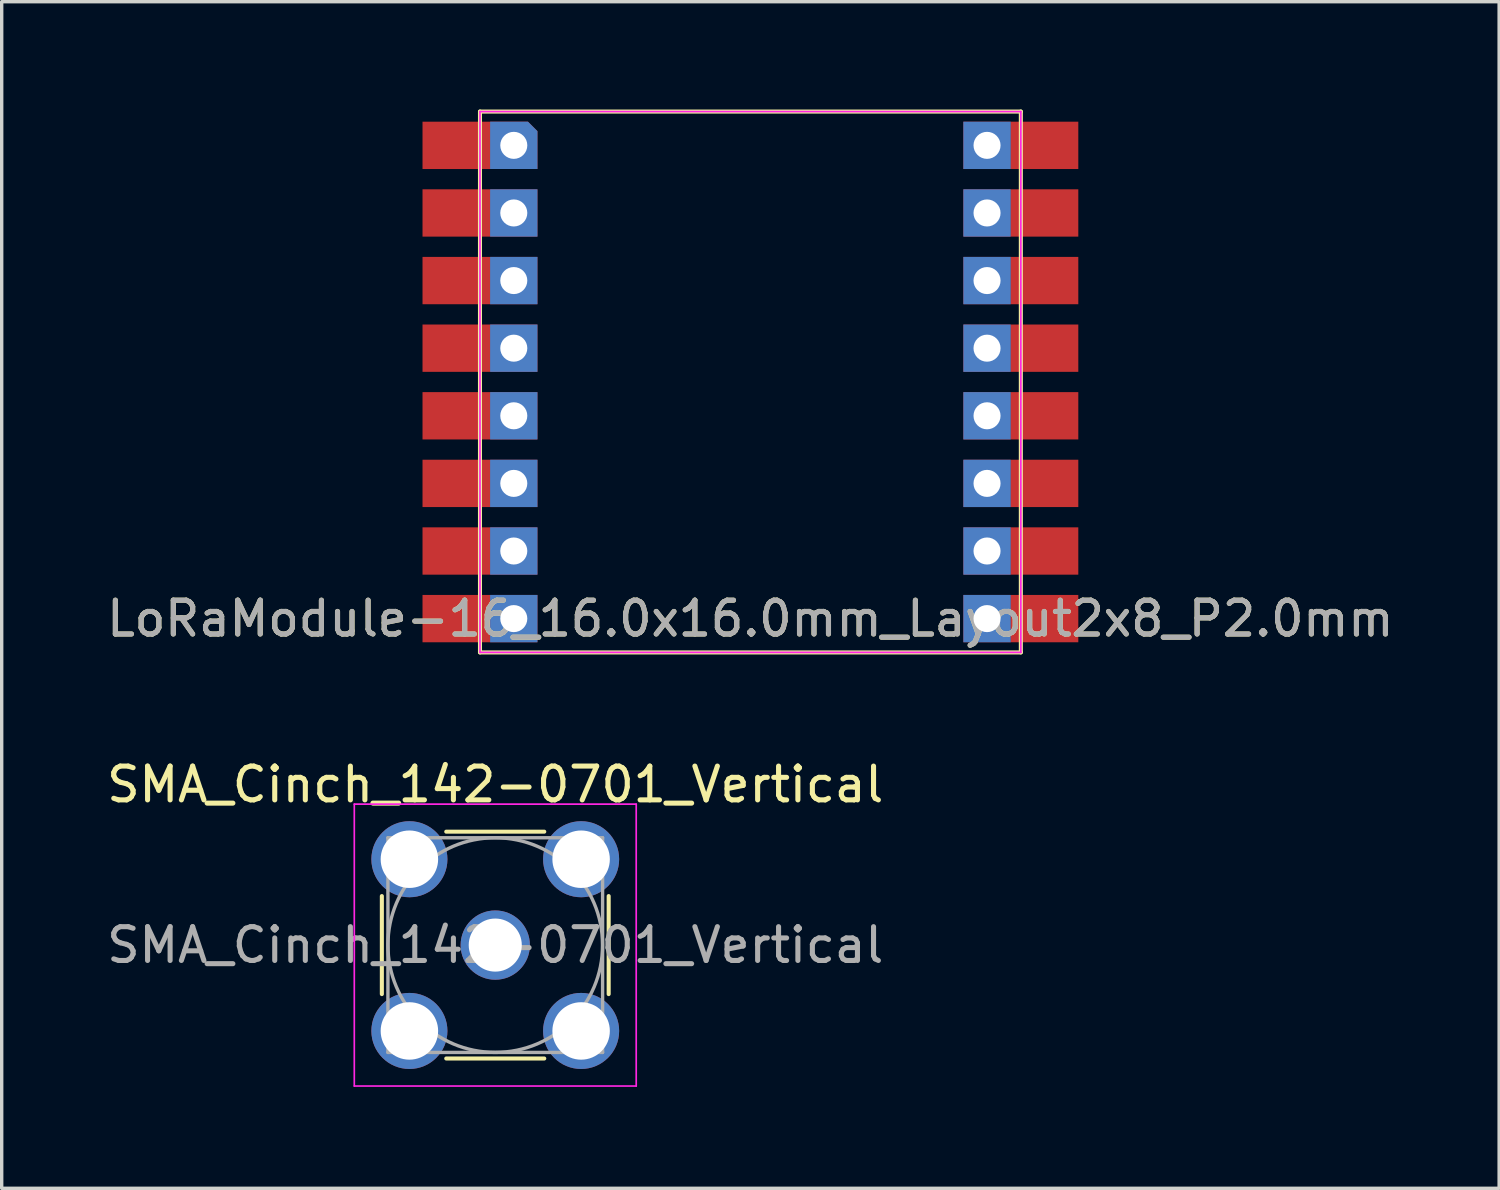
<source format=kicad_pcb>
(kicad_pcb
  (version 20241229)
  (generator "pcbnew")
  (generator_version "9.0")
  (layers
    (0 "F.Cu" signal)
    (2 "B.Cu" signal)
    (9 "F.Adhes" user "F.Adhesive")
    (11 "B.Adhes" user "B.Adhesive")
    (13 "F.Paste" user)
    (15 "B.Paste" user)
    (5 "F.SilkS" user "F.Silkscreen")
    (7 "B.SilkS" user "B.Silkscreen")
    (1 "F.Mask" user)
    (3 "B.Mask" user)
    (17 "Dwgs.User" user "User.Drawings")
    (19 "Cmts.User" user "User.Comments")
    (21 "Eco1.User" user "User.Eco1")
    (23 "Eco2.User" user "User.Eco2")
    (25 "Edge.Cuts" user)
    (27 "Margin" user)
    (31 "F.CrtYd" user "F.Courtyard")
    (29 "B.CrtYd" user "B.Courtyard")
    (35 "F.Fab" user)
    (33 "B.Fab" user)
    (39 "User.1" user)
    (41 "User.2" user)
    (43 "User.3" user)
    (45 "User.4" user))
  (footprint "SMA_Cinch_142-0701_Vertical"
    (layer "F.Cu")
    (at 11.601 24.908)
    (property "Reference" "SMA_Cinch_142-0701_Vertical" (at 0 -4.75 0) (layer "F.SilkS") (effects (font (size 1 1) (thickness 0.15))))
    (attr through_hole)
    (fp_line (start -3.355 -1.45) (end -3.355 1.45) (stroke (width 0.12) (type solid)) (layer "F.SilkS"))
    (fp_line (start -1.45 -3.355) (end 1.45 -3.355) (stroke (width 0.12) (type solid)) (layer "F.SilkS"))
    (fp_line (start -1.45 3.355) (end 1.45 3.355) (stroke (width 0.12) (type solid)) (layer "F.SilkS"))
    (fp_line (start 3.355 -1.45) (end 3.355 1.45) (stroke (width 0.12) (type solid)) (layer "F.SilkS"))
    (fp_line (start -4.17 -4.17) (end -4.17 4.17) (stroke (width 0.05) (type solid)) (layer "F.CrtYd"))
    (fp_line (start -4.17 -4.17) (end 4.17 -4.17) (stroke (width 0.05) (type solid)) (layer "F.CrtYd"))
    (fp_line (start 4.17 4.17) (end -4.17 4.17) (stroke (width 0.05) (type solid)) (layer "F.CrtYd"))
    (fp_line (start 4.17 4.17) (end 4.17 -4.17) (stroke (width 0.05) (type solid)) (layer "F.CrtYd"))
    (fp_line (start -3.175 -3.175) (end -3.175 3.175) (stroke (width 0.1) (type solid)) (layer "F.Fab"))
    (fp_line (start -3.175 -3.175) (end 3.175 -3.175) (stroke (width 0.1) (type solid)) (layer "F.Fab"))
    (fp_line (start -3.175 3.175) (end 3.175 3.175) (stroke (width 0.1) (type solid)) (layer "F.Fab"))
    (fp_line (start 3.175 -3.175) (end 3.175 3.175) (stroke (width 0.1) (type solid)) (layer "F.Fab"))
    (fp_circle (center 0 0) (end 3.175 0) (stroke (width 0.1) (type solid)) (fill no) (layer "F.Fab"))
    (fp_text user "${REFERENCE}" (at 0 0 0) (layer "F.Fab") (effects (font (size 1 1) (thickness 0.15))))
    (pad "1" thru_hole circle (at 0 0) (size 2.05 2.05) (drill 1.57) (layers "*.Cu" "*.Mask"))
    (pad "2" thru_hole circle (at -2.54 -2.54) (size 2.25 2.25) (drill 1.7) (layers "*.Cu" "*.Mask"))
    (pad "2" thru_hole circle (at -2.54 2.54) (size 2.25 2.25) (drill 1.7) (layers "*.Cu" "*.Mask"))
    (pad "2" thru_hole circle (at 2.54 -2.54) (size 2.25 2.25) (drill 1.7) (layers "*.Cu" "*.Mask"))
    (pad "2" thru_hole circle (at 2.54 2.54) (size 2.25 2.25) (drill 1.7) (layers "*.Cu" "*.Mask")))
  (footprint "LoRaModule-16_16.0x16.0mm_Layout2x8_P2.0mm"
    (layer "F.Cu")
    (at 11.149 0.25)
    (property "Reference" "LoRaModule-16_16.0x16.0mm_Layout2x8_P2.0mm" (at 8 15 0) (unlocked yes) (layer "F.SilkS") (effects (font (size 1 1) (thickness 0.15))))
    (attr through_hole)
    (fp_line (start 0 0) (end 16 0) (stroke (width 0.12) (type solid)) (layer "F.SilkS"))
    (fp_line (start 0 16) (end 0 0) (stroke (width 0.12) (type solid)) (layer "F.SilkS"))
    (fp_line (start 16 0) (end 16 16) (stroke (width 0.12) (type solid)) (layer "F.SilkS"))
    (fp_line (start 16 16) (end 0 16) (stroke (width 0.12) (type solid)) (layer "F.SilkS"))
    (fp_line (start 0 0) (end 16 0) (stroke (width 0.05) (type solid)) (layer "F.CrtYd"))
    (fp_line (start 0 16) (end 0 0) (stroke (width 0.05) (type solid)) (layer "F.CrtYd"))
    (fp_line (start 16 0) (end 16 16) (stroke (width 0.05) (type solid)) (layer "F.CrtYd"))
    (fp_line (start 16 16) (end 0 16) (stroke (width 0.05) (type solid)) (layer "F.CrtYd"))
    (fp_text user "${REFERENCE}" (at 8 15 0) (unlocked yes) (layer "F.Fab") (effects (font (size 1 1) (thickness 0.15))))
    (pad "1" smd rect (at -0.7 1) (size 2 1.4) (layers "F.Cu" "F.Mask" "F.Paste"))
    (pad "1" thru_hole roundrect (at 1 1) (size 1.4 1.4) (drill 0.8) (layers "*.Cu" "*.Mask") (roundrect_rratio 0) (chamfer_ratio 0.2) (chamfer top_right))
    (pad "2" smd rect (at -0.7 3) (size 2 1.4) (layers "F.Cu" "F.Mask" "F.Paste"))
    (pad "2" thru_hole rect (at 1 3) (size 1.4 1.4) (drill 0.8) (layers "*.Cu" "*.Mask"))
    (pad "3" smd rect (at -0.7 5) (size 2 1.4) (layers "F.Cu" "F.Mask" "F.Paste"))
    (pad "3" thru_hole rect (at 1 5) (size 1.4 1.4) (drill 0.8) (layers "*.Cu" "*.Mask"))
    (pad "4" smd rect (at -0.7 7) (size 2 1.4) (layers "F.Cu" "F.Mask" "F.Paste"))
    (pad "4" thru_hole rect (at 1 7) (size 1.4 1.4) (drill 0.8) (layers "*.Cu" "*.Mask"))
    (pad "5" smd rect (at -0.7 9) (size 2 1.4) (layers "F.Cu" "F.Mask" "F.Paste"))
    (pad "5" thru_hole rect (at 1 9) (size 1.4 1.4) (drill 0.8) (layers "*.Cu" "*.Mask"))
    (pad "6" smd rect (at -0.7 11) (size 2 1.4) (layers "F.Cu" "F.Mask" "F.Paste"))
    (pad "6" thru_hole rect (at 1 11) (size 1.4 1.4) (drill 0.8) (layers "*.Cu" "*.Mask"))
    (pad "7" smd rect (at -0.7 13) (size 2 1.4) (layers "F.Cu" "F.Mask" "F.Paste"))
    (pad "7" thru_hole rect (at 1 13) (size 1.4 1.4) (drill 0.8) (layers "*.Cu" "*.Mask"))
    (pad "8" smd rect (at -0.7 15) (size 2 1.4) (layers "F.Cu" "F.Mask" "F.Paste"))
    (pad "8" thru_hole rect (at 1 15) (size 1.4 1.4) (drill 0.8) (layers "*.Cu" "*.Mask"))
    (pad "9" thru_hole rect (at 15 15) (size 1.4 1.4) (drill 0.8) (layers "*.Cu" "*.Mask"))
    (pad "9" smd rect (at 16.7 15) (size 2 1.4) (layers "F.Cu" "F.Mask" "F.Paste"))
    (pad "10" thru_hole rect (at 15 13) (size 1.4 1.4) (drill 0.8) (layers "*.Cu" "*.Mask"))
    (pad "10" smd rect (at 16.7 13) (size 2 1.4) (layers "F.Cu" "F.Mask" "F.Paste"))
    (pad "11" thru_hole rect (at 15 11) (size 1.4 1.4) (drill 0.8) (layers "*.Cu" "*.Mask"))
    (pad "11" smd rect (at 16.7 11) (size 2 1.4) (layers "F.Cu" "F.Mask" "F.Paste"))
    (pad "12" thru_hole rect (at 15 9) (size 1.4 1.4) (drill 0.8) (layers "*.Cu" "*.Mask"))
    (pad "12" smd rect (at 16.7 9) (size 2 1.4) (layers "F.Cu" "F.Mask" "F.Paste"))
    (pad "13" thru_hole rect (at 15 7) (size 1.4 1.4) (drill 0.8) (layers "*.Cu" "*.Mask"))
    (pad "13" smd rect (at 16.7 7) (size 2 1.4) (layers "F.Cu" "F.Mask" "F.Paste"))
    (pad "14" thru_hole rect (at 15 5) (size 1.4 1.4) (drill 0.8) (layers "*.Cu" "*.Mask"))
    (pad "14" smd rect (at 16.7 5) (size 2 1.4) (layers "F.Cu" "F.Mask" "F.Paste"))
    (pad "15" thru_hole rect (at 15 3) (size 1.4 1.4) (drill 0.8) (layers "*.Cu" "*.Mask"))
    (pad "15" smd rect (at 16.7 3) (size 2 1.4) (layers "F.Cu" "F.Mask" "F.Paste"))
    (pad "16" thru_hole rect (at 15 1) (size 1.4 1.4) (drill 0.8) (layers "*.Cu" "*.Mask"))
    (pad "16" smd rect (at 16.7 1) (size 2 1.4) (layers "F.Cu" "F.Mask" "F.Paste")))
  (gr_rect
    (start -3 -3)
    (end 41.298 32.103)
    (stroke (width 0.1) (type default))
    (fill no)
    (layer "Edge.Cuts")))
</source>
